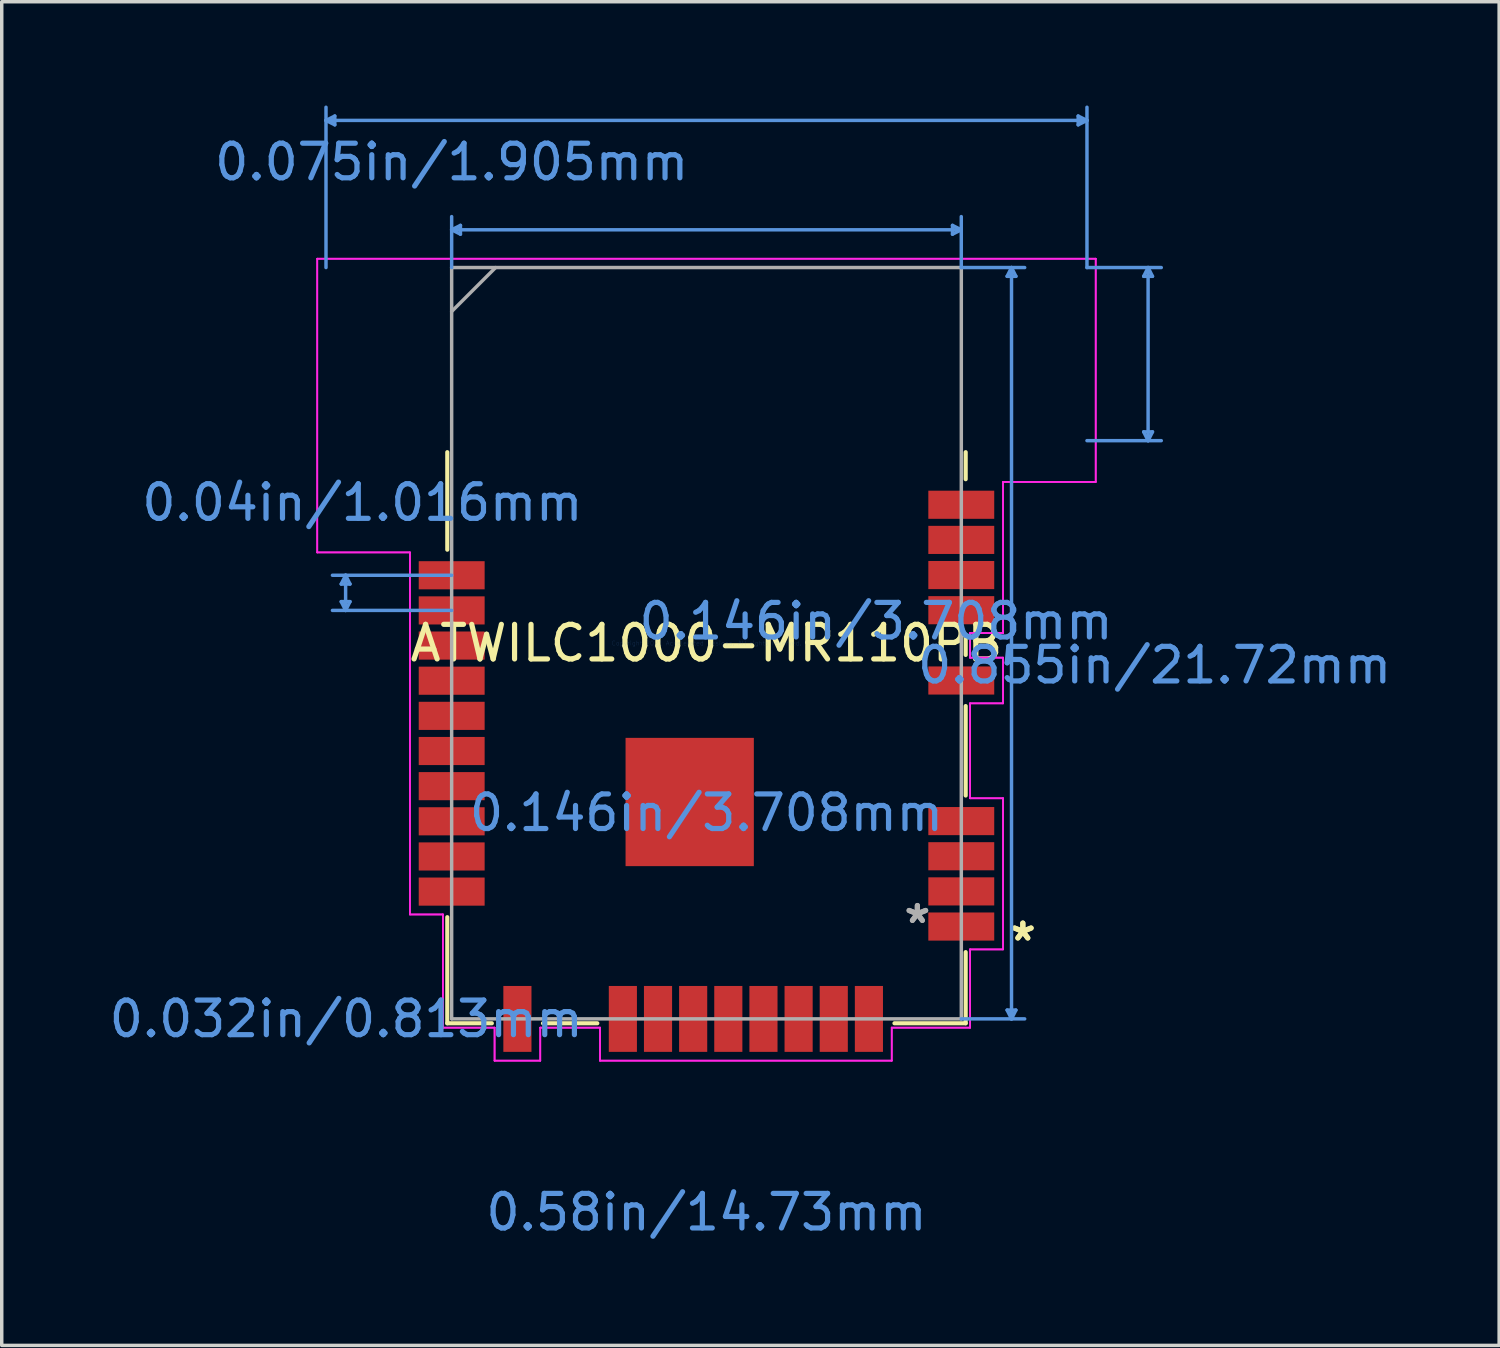
<source format=kicad_pcb>
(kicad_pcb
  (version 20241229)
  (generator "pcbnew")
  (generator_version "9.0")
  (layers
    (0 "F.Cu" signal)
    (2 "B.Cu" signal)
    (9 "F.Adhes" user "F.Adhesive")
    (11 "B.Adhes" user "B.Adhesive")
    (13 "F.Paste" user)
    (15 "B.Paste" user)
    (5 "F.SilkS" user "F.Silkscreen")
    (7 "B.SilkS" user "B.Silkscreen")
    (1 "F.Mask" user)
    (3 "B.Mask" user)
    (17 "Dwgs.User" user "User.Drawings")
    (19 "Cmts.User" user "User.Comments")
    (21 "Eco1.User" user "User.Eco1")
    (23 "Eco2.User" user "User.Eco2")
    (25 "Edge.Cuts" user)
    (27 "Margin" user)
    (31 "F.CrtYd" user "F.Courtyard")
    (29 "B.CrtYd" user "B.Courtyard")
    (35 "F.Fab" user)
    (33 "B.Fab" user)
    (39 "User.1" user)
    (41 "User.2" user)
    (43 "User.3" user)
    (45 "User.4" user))
  (footprint "ATWILC1000-MR110PB"
    (layer "F.Cu")
    (at 17.371 15.542)
    (property "Reference" "ATWILC1000-MR110PB" (at 0 0 0) (layer "F.SilkS") (effects (font (size 1 1) (thickness 0.15))))
    (attr through_hole)
    (fp_line (start -7.492 -2.703) (end -7.492 -5.522) (stroke (width 0.12) (type solid)) (layer "F.SilkS"))
    (fp_line (start -7.492 10.986) (end -7.492 7.919) (stroke (width 0.12) (type solid)) (layer "F.SilkS"))
    (fp_line (start -6.204 10.986) (end -7.492 10.986) (stroke (width 0.12) (type solid)) (layer "F.SilkS"))
    (fp_line (start -3.156 10.986) (end -4.726 10.986) (stroke (width 0.12) (type solid)) (layer "F.SilkS"))
    (fp_line (start 7.492 -5.522) (end 7.492 -4.741) (stroke (width 0.12) (type solid)) (layer "F.SilkS"))
    (fp_line (start 7.492 -0.215) (end 7.492 0.339) (stroke (width 0.12) (type solid)) (layer "F.SilkS"))
    (fp_line (start 7.492 1.817) (end 7.492 4.403) (stroke (width 0.12) (type solid)) (layer "F.SilkS"))
    (fp_line (start 7.492 8.929) (end 7.492 10.986) (stroke (width 0.12) (type solid)) (layer "F.SilkS"))
    (fp_line (start 7.492 10.986) (end 5.434 10.986) (stroke (width 0.12) (type solid)) (layer "F.SilkS"))
    (fp_poly (pts (xy -2.239 2.836) (xy -2.239 4.49) (xy -0.585 4.49) (xy -0.585 2.836)) (stroke (width 0.1) (type solid)) (fill yes) (layer "F.Paste"))
    (fp_poly (pts (xy -2.239 4.69) (xy -2.239 6.344) (xy -0.585 6.344) (xy -0.585 4.69)) (stroke (width 0.1) (type solid)) (fill yes) (layer "F.Paste"))
    (fp_poly (pts (xy -0.385 2.836) (xy -0.385 4.49) (xy 1.269 4.49) (xy 1.269 2.836)) (stroke (width 0.1) (type solid)) (fill yes) (layer "F.Paste"))
    (fp_poly (pts (xy -0.385 4.69) (xy -0.385 6.344) (xy 1.269 6.344) (xy 1.269 4.69)) (stroke (width 0.1) (type solid)) (fill yes) (layer "F.Paste"))
    (fp_line (start -10.998 -15.111) (end 10.998 -15.111) (stroke (width 0.1) (type solid)) (layer "Cmts.User"))
    (fp_line (start -10.998 -10.858) (end -10.998 -15.492) (stroke (width 0.1) (type solid)) (layer "Cmts.User"))
    (fp_line (start -10.744 -15.238) (end -10.998 -15.111) (stroke (width 0.1) (type solid)) (layer "Cmts.User"))
    (fp_line (start -10.744 -14.984) (end -10.998 -15.111) (stroke (width 0.1) (type solid)) (layer "Cmts.User"))
    (fp_line (start -10.744 -14.984) (end -10.744 -15.238) (stroke (width 0.1) (type solid)) (layer "Cmts.User"))
    (fp_line (start -10.558 -1.202) (end -10.431 -0.948) (stroke (width 0.1) (type solid)) (layer "Cmts.User"))
    (fp_line (start -10.558 -1.71) (end -10.431 -1.964) (stroke (width 0.1) (type solid)) (layer "Cmts.User"))
    (fp_line (start -10.558 -1.71) (end -10.304 -1.71) (stroke (width 0.1) (type solid)) (layer "Cmts.User"))
    (fp_line (start -10.431 -1.964) (end -10.431 -0.948) (stroke (width 0.1) (type solid)) (layer "Cmts.User"))
    (fp_line (start -10.304 -1.71) (end -10.431 -1.964) (stroke (width 0.1) (type solid)) (layer "Cmts.User"))
    (fp_line (start -10.304 -1.202) (end -10.558 -1.202) (stroke (width 0.1) (type solid)) (layer "Cmts.User"))
    (fp_line (start -10.304 -1.202) (end -10.431 -0.948) (stroke (width 0.1) (type solid)) (layer "Cmts.User"))
    (fp_line (start -7.366 -11.95) (end 7.365 -11.95) (stroke (width 0.1) (type solid)) (layer "Cmts.User"))
    (fp_line (start -7.366 -10.858) (end -7.366 -12.331) (stroke (width 0.1) (type solid)) (layer "Cmts.User"))
    (fp_line (start -7.365 -1.964) (end -10.812 -1.964) (stroke (width 0.1) (type solid)) (layer "Cmts.User"))
    (fp_line (start -7.365 -0.948) (end -10.812 -0.948) (stroke (width 0.1) (type solid)) (layer "Cmts.User"))
    (fp_line (start -7.112 -11.823) (end -7.366 -11.95) (stroke (width 0.1) (type solid)) (layer "Cmts.User"))
    (fp_line (start -7.112 -11.823) (end -7.112 -12.077) (stroke (width 0.1) (type solid)) (layer "Cmts.User"))
    (fp_line (start -7.112 -12.077) (end -7.366 -11.95) (stroke (width 0.1) (type solid)) (layer "Cmts.User"))
    (fp_line (start 7.111 -12.077) (end 7.111 -11.823) (stroke (width 0.1) (type solid)) (layer "Cmts.User"))
    (fp_line (start 7.111 -12.077) (end 7.365 -11.95) (stroke (width 0.1) (type solid)) (layer "Cmts.User"))
    (fp_line (start 7.111 -11.823) (end 7.365 -11.95) (stroke (width 0.1) (type solid)) (layer "Cmts.User"))
    (fp_line (start 7.365 -10.858) (end 7.365 -12.331) (stroke (width 0.1) (type solid)) (layer "Cmts.User"))
    (fp_line (start 7.365 -10.858) (end 9.198 -10.858) (stroke (width 0.1) (type solid)) (layer "Cmts.User"))
    (fp_line (start 7.365 10.858) (end 9.198 10.859) (stroke (width 0.1) (type solid)) (layer "Cmts.User"))
    (fp_line (start 8.69 -10.605) (end 8.817 -10.858) (stroke (width 0.1) (type solid)) (layer "Cmts.User"))
    (fp_line (start 8.69 -10.605) (end 8.944 -10.605) (stroke (width 0.1) (type solid)) (layer "Cmts.User"))
    (fp_line (start 8.69 10.605) (end 8.817 10.859) (stroke (width 0.1) (type solid)) (layer "Cmts.User"))
    (fp_line (start 8.817 -10.858) (end 8.817 10.859) (stroke (width 0.1) (type solid)) (layer "Cmts.User"))
    (fp_line (start 8.944 -10.605) (end 8.817 -10.858) (stroke (width 0.1) (type solid)) (layer "Cmts.User"))
    (fp_line (start 8.944 10.605) (end 8.69 10.605) (stroke (width 0.1) (type solid)) (layer "Cmts.User"))
    (fp_line (start 8.944 10.605) (end 8.817 10.859) (stroke (width 0.1) (type solid)) (layer "Cmts.User"))
    (fp_line (start 10.744 -15.238) (end 10.744 -14.984) (stroke (width 0.1) (type solid)) (layer "Cmts.User"))
    (fp_line (start 10.744 -15.238) (end 10.998 -15.111) (stroke (width 0.1) (type solid)) (layer "Cmts.User"))
    (fp_line (start 10.744 -14.984) (end 10.998 -15.111) (stroke (width 0.1) (type solid)) (layer "Cmts.User"))
    (fp_line (start 10.998 -10.858) (end 10.998 -15.492) (stroke (width 0.1) (type solid)) (layer "Cmts.User"))
    (fp_line (start 10.998 -10.858) (end 13.146 -10.858) (stroke (width 0.1) (type solid)) (layer "Cmts.User"))
    (fp_line (start 10.998 -5.855) (end 13.146 -5.855) (stroke (width 0.1) (type solid)) (layer "Cmts.User"))
    (fp_line (start 12.638 -6.109) (end 12.765 -5.855) (stroke (width 0.1) (type solid)) (layer "Cmts.User"))
    (fp_line (start 12.638 -10.605) (end 12.765 -10.858) (stroke (width 0.1) (type solid)) (layer "Cmts.User"))
    (fp_line (start 12.638 -10.605) (end 12.892 -10.605) (stroke (width 0.1) (type solid)) (layer "Cmts.User"))
    (fp_line (start 12.765 -10.858) (end 12.765 -5.855) (stroke (width 0.1) (type solid)) (layer "Cmts.User"))
    (fp_line (start 12.892 -10.605) (end 12.765 -10.858) (stroke (width 0.1) (type solid)) (layer "Cmts.User"))
    (fp_line (start 12.892 -6.109) (end 12.638 -6.109) (stroke (width 0.1) (type solid)) (layer "Cmts.User"))
    (fp_line (start 12.892 -6.109) (end 12.765 -5.855) (stroke (width 0.1) (type solid)) (layer "Cmts.User"))
    (fp_line (start -11.251 -11.113) (end -11.251 -2.624) (stroke (width 0.05) (type solid)) (layer "F.CrtYd"))
    (fp_line (start -11.251 -11.113) (end -11.251 -2.624) (stroke (width 0.05) (type solid)) (layer "F.CrtYd"))
    (fp_line (start -11.251 -2.624) (end -8.572 -2.624) (stroke (width 0.05) (type solid)) (layer "F.CrtYd"))
    (fp_line (start -11.251 -2.624) (end -8.572 -2.624) (stroke (width 0.05) (type solid)) (layer "F.CrtYd"))
    (fp_line (start -8.572 -2.624) (end -8.572 7.84) (stroke (width 0.05) (type solid)) (layer "F.CrtYd"))
    (fp_line (start -8.572 -2.624) (end -8.572 7.84) (stroke (width 0.05) (type solid)) (layer "F.CrtYd"))
    (fp_line (start -8.572 7.84) (end -7.619 7.84) (stroke (width 0.05) (type solid)) (layer "F.CrtYd"))
    (fp_line (start -8.572 7.84) (end -7.619 7.84) (stroke (width 0.05) (type solid)) (layer "F.CrtYd"))
    (fp_line (start -7.619 7.84) (end -7.619 11.113) (stroke (width 0.05) (type solid)) (layer "F.CrtYd"))
    (fp_line (start -7.619 7.84) (end -7.619 11.113) (stroke (width 0.05) (type solid)) (layer "F.CrtYd"))
    (fp_line (start -7.619 11.113) (end -6.125 11.113) (stroke (width 0.05) (type solid)) (layer "F.CrtYd"))
    (fp_line (start -7.619 11.113) (end -6.125 11.113) (stroke (width 0.05) (type solid)) (layer "F.CrtYd"))
    (fp_line (start -6.125 11.113) (end -6.125 12.067) (stroke (width 0.05) (type solid)) (layer "F.CrtYd"))
    (fp_line (start -6.125 11.113) (end -6.125 12.067) (stroke (width 0.05) (type solid)) (layer "F.CrtYd"))
    (fp_line (start -6.125 12.067) (end -4.805 12.067) (stroke (width 0.05) (type solid)) (layer "F.CrtYd"))
    (fp_line (start -6.125 12.067) (end -4.805 12.067) (stroke (width 0.05) (type solid)) (layer "F.CrtYd"))
    (fp_line (start -4.805 11.113) (end -3.077 11.113) (stroke (width 0.05) (type solid)) (layer "F.CrtYd"))
    (fp_line (start -4.805 11.113) (end -3.077 11.113) (stroke (width 0.05) (type solid)) (layer "F.CrtYd"))
    (fp_line (start -4.805 12.067) (end -4.805 11.113) (stroke (width 0.05) (type solid)) (layer "F.CrtYd"))
    (fp_line (start -4.805 12.067) (end -4.805 11.113) (stroke (width 0.05) (type solid)) (layer "F.CrtYd"))
    (fp_line (start -3.077 11.113) (end -3.077 12.067) (stroke (width 0.05) (type solid)) (layer "F.CrtYd"))
    (fp_line (start -3.077 11.113) (end -3.077 12.067) (stroke (width 0.05) (type solid)) (layer "F.CrtYd"))
    (fp_line (start -3.077 12.067) (end 5.355 12.067) (stroke (width 0.05) (type solid)) (layer "F.CrtYd"))
    (fp_line (start -3.077 12.067) (end 5.355 12.067) (stroke (width 0.05) (type solid)) (layer "F.CrtYd"))
    (fp_line (start 5.355 11.113) (end 7.619 11.113) (stroke (width 0.05) (type solid)) (layer "F.CrtYd"))
    (fp_line (start 5.355 11.113) (end 7.619 11.113) (stroke (width 0.05) (type solid)) (layer "F.CrtYd"))
    (fp_line (start 5.355 12.067) (end 5.355 11.113) (stroke (width 0.05) (type solid)) (layer "F.CrtYd"))
    (fp_line (start 5.355 12.067) (end 5.355 11.113) (stroke (width 0.05) (type solid)) (layer "F.CrtYd"))
    (fp_line (start 7.619 -0.294) (end 8.572 -0.294) (stroke (width 0.05) (type solid)) (layer "F.CrtYd"))
    (fp_line (start 7.619 -0.294) (end 8.572 -0.294) (stroke (width 0.05) (type solid)) (layer "F.CrtYd"))
    (fp_line (start 7.619 0.418) (end 7.619 -0.294) (stroke (width 0.05) (type solid)) (layer "F.CrtYd"))
    (fp_line (start 7.619 0.418) (end 7.619 -0.294) (stroke (width 0.05) (type solid)) (layer "F.CrtYd"))
    (fp_line (start 7.619 1.738) (end 8.572 1.738) (stroke (width 0.05) (type solid)) (layer "F.CrtYd"))
    (fp_line (start 7.619 1.738) (end 8.572 1.738) (stroke (width 0.05) (type solid)) (layer "F.CrtYd"))
    (fp_line (start 7.619 4.482) (end 7.619 1.738) (stroke (width 0.05) (type solid)) (layer "F.CrtYd"))
    (fp_line (start 7.619 4.482) (end 7.619 1.738) (stroke (width 0.05) (type solid)) (layer "F.CrtYd"))
    (fp_line (start 7.619 8.85) (end 8.572 8.85) (stroke (width 0.05) (type solid)) (layer "F.CrtYd"))
    (fp_line (start 7.619 8.85) (end 8.572 8.85) (stroke (width 0.05) (type solid)) (layer "F.CrtYd"))
    (fp_line (start 7.619 11.113) (end 7.619 8.85) (stroke (width 0.05) (type solid)) (layer "F.CrtYd"))
    (fp_line (start 7.619 11.113) (end 7.619 8.85) (stroke (width 0.05) (type solid)) (layer "F.CrtYd"))
    (fp_line (start 8.572 -4.662) (end 11.251 -4.662) (stroke (width 0.05) (type solid)) (layer "F.CrtYd"))
    (fp_line (start 8.572 -4.662) (end 11.251 -4.662) (stroke (width 0.05) (type solid)) (layer "F.CrtYd"))
    (fp_line (start 8.572 -0.294) (end 8.572 -4.662) (stroke (width 0.05) (type solid)) (layer "F.CrtYd"))
    (fp_line (start 8.572 -0.294) (end 8.572 -4.662) (stroke (width 0.05) (type solid)) (layer "F.CrtYd"))
    (fp_line (start 8.572 0.418) (end 7.619 0.418) (stroke (width 0.05) (type solid)) (layer "F.CrtYd"))
    (fp_line (start 8.572 0.418) (end 7.619 0.418) (stroke (width 0.05) (type solid)) (layer "F.CrtYd"))
    (fp_line (start 8.572 1.738) (end 8.572 0.418) (stroke (width 0.05) (type solid)) (layer "F.CrtYd"))
    (fp_line (start 8.572 1.738) (end 8.572 0.418) (stroke (width 0.05) (type solid)) (layer "F.CrtYd"))
    (fp_line (start 8.572 4.482) (end 7.619 4.482) (stroke (width 0.05) (type solid)) (layer "F.CrtYd"))
    (fp_line (start 8.572 4.482) (end 7.619 4.482) (stroke (width 0.05) (type solid)) (layer "F.CrtYd"))
    (fp_line (start 8.572 8.85) (end 8.572 4.482) (stroke (width 0.05) (type solid)) (layer "F.CrtYd"))
    (fp_line (start 8.572 8.85) (end 8.572 4.482) (stroke (width 0.05) (type solid)) (layer "F.CrtYd"))
    (fp_line (start 11.251 -11.113) (end -11.251 -11.113) (stroke (width 0.05) (type solid)) (layer "F.CrtYd"))
    (fp_line (start 11.251 -11.113) (end -11.251 -11.113) (stroke (width 0.05) (type solid)) (layer "F.CrtYd"))
    (fp_line (start 11.251 -4.662) (end 11.251 -11.113) (stroke (width 0.05) (type solid)) (layer "F.CrtYd"))
    (fp_line (start 11.251 -4.662) (end 11.251 -11.113) (stroke (width 0.05) (type solid)) (layer "F.CrtYd"))
    (fp_line (start -7.366 -10.858) (end -7.366 10.858) (stroke (width 0.1) (type solid)) (layer "F.Fab"))
    (fp_line (start -7.366 -9.588) (end -6.096 -10.858) (stroke (width 0.1) (type solid)) (layer "F.Fab"))
    (fp_line (start -7.366 10.858) (end 7.366 10.858) (stroke (width 0.1) (type solid)) (layer "F.Fab"))
    (fp_line (start 7.366 -10.858) (end -7.366 -10.858) (stroke (width 0.1) (type solid)) (layer "F.Fab"))
    (fp_line (start 7.366 10.858) (end 7.366 -10.858) (stroke (width 0.1) (type solid)) (layer "F.Fab"))
    (fp_text user "*" (at 9.144 8.636 0) (layer "F.SilkS") (effects (font (size 1 1) (thickness 0.15))))
    (fp_text user "*" (at 9.144 8.636 0) (layer "F.SilkS") (effects (font (size 1 1) (thickness 0.15))))
    (fp_text user "0.58in/14.73mm" (at 0 16.448 0) (layer "Cmts.User") (effects (font (size 1 1) (thickness 0.15))))
    (fp_text user "0.146in/3.708mm" (at 0 4.902 0) (layer "Cmts.User") (effects (font (size 1 1) (thickness 0.15))))
    (fp_text user "0.032in/0.813mm" (at -10.413 10.86 0) (layer "Cmts.User") (effects (font (size 1 1) (thickness 0.15))))
    (fp_text user "0.146in/3.708mm" (at 4.902 -0.635 0) (layer "Cmts.User") (effects (font (size 1 1) (thickness 0.15))))
    (fp_text user "0.075in/1.905mm" (at -7.365 -13.908 0) (layer "Cmts.User") (effects (font (size 1 1) (thickness 0.15))))
    (fp_text user "Copyright 2021 Accelerated Designs. All rights reserved." (at 0 0 0) (layer "Cmts.User") (effects (font (size 0.127 0.127) (thickness 0.002))))
    (fp_text user "0.855in/21.72mm" (at 12.953 0.635 0) (layer "Cmts.User") (effects (font (size 1 1) (thickness 0.15))))
    (fp_text user "0.04in/1.016mm" (at -9.946 -4.064 0) (layer "Cmts.User") (effects (font (size 1 1) (thickness 0.15))))
    (fp_text user "*" (at 6.096 8.128 0) (layer "F.Fab") (effects (font (size 1 1) (thickness 0.15))))
    (fp_text user "*" (at 6.096 8.128 0) (layer "F.Fab") (effects (font (size 1 1) (thickness 0.15))))
    (pad "1" smd rect (at 7.365 8.19 90) (size 0.813 1.905) (layers "F.Cu" "F.Mask" "F.Paste"))
    (pad "2" smd rect (at 7.365 7.174 90) (size 0.813 1.905) (layers "F.Cu" "F.Mask" "F.Paste"))
    (pad "3" smd rect (at 7.365 6.158 90) (size 0.813 1.905) (layers "F.Cu" "F.Mask" "F.Paste"))
    (pad "4" smd rect (at 7.365 5.142 90) (size 0.813 1.905) (layers "F.Cu" "F.Mask" "F.Paste"))
    (pad "5" smd rect (at 7.365 1.078 90) (size 0.813 1.905) (layers "F.Cu" "F.Mask" "F.Paste"))
    (pad "6" smd rect (at 7.365 -0.954 90) (size 0.813 1.905) (layers "F.Cu" "F.Mask" "F.Paste"))
    (pad "7" smd rect (at 7.365 -1.97 90) (size 0.813 1.905) (layers "F.Cu" "F.Mask" "F.Paste"))
    (pad "8" smd rect (at 7.365 -2.986 90) (size 0.813 1.905) (layers "F.Cu" "F.Mask" "F.Paste"))
    (pad "9" smd rect (at 7.365 -4.002 90) (size 0.813 1.905) (layers "F.Cu" "F.Mask" "F.Paste"))
    (pad "10" smd rect (at -7.365 -1.964 90) (size 0.813 1.905) (layers "F.Cu" "F.Mask" "F.Paste"))
    (pad "11" smd rect (at -7.365 -0.948 90) (size 0.813 1.905) (layers "F.Cu" "F.Mask" "F.Paste"))
    (pad "12" smd rect (at -7.365 0.068 90) (size 0.813 1.905) (layers "F.Cu" "F.Mask" "F.Paste"))
    (pad "13" smd rect (at -7.365 1.084 90) (size 0.813 1.905) (layers "F.Cu" "F.Mask" "F.Paste"))
    (pad "14" smd rect (at -7.365 2.1 90) (size 0.813 1.905) (layers "F.Cu" "F.Mask" "F.Paste"))
    (pad "15" smd rect (at -7.365 3.116 90) (size 0.813 1.905) (layers "F.Cu" "F.Mask" "F.Paste"))
    (pad "16" smd rect (at -7.365 4.132 90) (size 0.813 1.905) (layers "F.Cu" "F.Mask" "F.Paste"))
    (pad "17" smd rect (at -7.365 5.148 90) (size 0.813 1.905) (layers "F.Cu" "F.Mask" "F.Paste"))
    (pad "18" smd rect (at -7.365 6.164 90) (size 0.813 1.905) (layers "F.Cu" "F.Mask" "F.Paste"))
    (pad "19" smd rect (at -7.365 7.18 90) (size 0.813 1.905) (layers "F.Cu" "F.Mask" "F.Paste"))
    (pad "20" smd rect (at -5.465 10.86) (size 0.813 1.905) (layers "F.Cu" "F.Mask" "F.Paste"))
    (pad "21" smd rect (at -2.417 10.86) (size 0.813 1.905) (layers "F.Cu" "F.Mask" "F.Paste"))
    (pad "22" smd rect (at -1.401 10.86) (size 0.813 1.905) (layers "F.Cu" "F.Mask" "F.Paste"))
    (pad "23" smd rect (at -0.385 10.86) (size 0.813 1.905) (layers "F.Cu" "F.Mask" "F.Paste"))
    (pad "24" smd rect (at 0.631 10.86) (size 0.813 1.905) (layers "F.Cu" "F.Mask" "F.Paste"))
    (pad "25" smd rect (at 1.647 10.86) (size 0.813 1.905) (layers "F.Cu" "F.Mask" "F.Paste"))
    (pad "26" smd rect (at 2.663 10.86) (size 0.813 1.905) (layers "F.Cu" "F.Mask" "F.Paste"))
    (pad "27" smd rect (at 3.679 10.86) (size 0.813 1.905) (layers "F.Cu" "F.Mask" "F.Paste"))
    (pad "28" smd rect (at 4.695 10.86) (size 0.813 1.905) (layers "F.Cu" "F.Mask" "F.Paste"))
    (pad "29" smd rect (at -0.485 4.59) (size 3.708 3.708) (layers "F.Cu" "F.Mask" "F.Paste")))
  (gr_rect
    (start -3 -3)
    (end 40.283 35.839)
    (stroke (width 0.1) (type default))
    (fill no)
    (layer "Edge.Cuts")))
</source>
